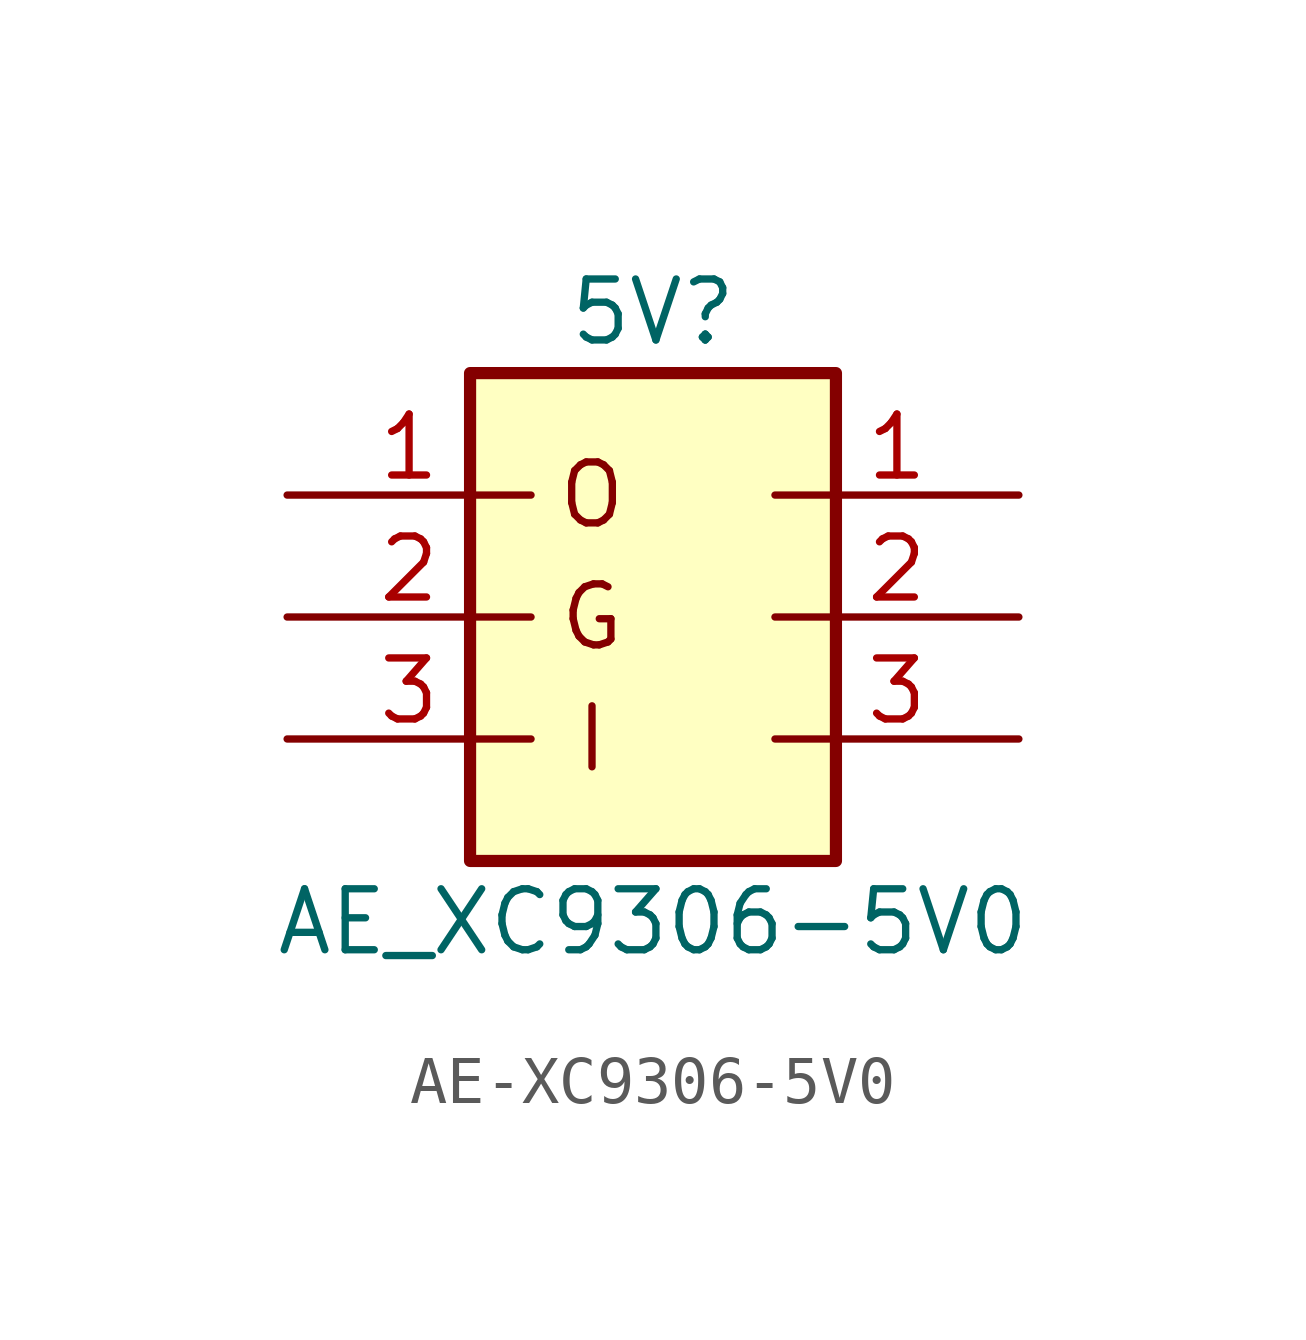
<source format=kicad_sym>
(kicad_symbol_lib
  (version 20220914)
  (generator kicad_symbol_editor)
  (symbol "AE-XC9306-5V0"
    (pin_names
      (offset 0) hide)
    (property "Reference" "5V"
      (at 0 8.89 0)
      (effects (font (size 1.27 1.27))))
    (property "Value" "AE_XC9306-5V0"
      (at 0 -3.81 0)
      (effects (font (size 1.27 1.27))))
    (symbol "AE-XC9306-5V0_0_1"
      (rectangle (start -3.81 7.62) (end 3.81 -2.54) (stroke (width 0.254) (type default)) (fill (type background))))
    (symbol "AE-XC9306-5V0_1_1"
      (text "G" (at -1.27 2.54 0) (effects (font (size 1.27 1.27))))
      (text "I" (at -1.27 0 0) (effects (font (size 1.27 1.27))))
      (text "O" (at -1.27 5.08 0) (effects (font (size 1.27 1.27))))
      (pin power_out line (at 7.62 5.08 180) (length 5.08) (name "O" (effects (font (size 1.27 1.27)))) (number "1" (effects (font (size 1.27 1.27)))))
      (pin power_out line (at -7.62 5.08 0) (length 5.08) (name "~" (effects (font (size 1.27 1.27)))) (number "1" (effects (font (size 1.27 1.27)))))
      (pin passive line (at -7.62 2.54 0) (length 5.08) (name "G" (effects (font (size 1.27 1.27)))) (number "2" (effects (font (size 1.27 1.27)))))
      (pin passive line (at 7.62 2.54 180) (length 5.08) (name "G" (effects (font (size 1.27 1.27)))) (number "2" (effects (font (size 1.27 1.27)))))
      (pin power_in line (at 7.62 0 180) (length 5.08) (name "I" (effects (font (size 1.27 1.27)))) (number "3" (effects (font (size 1.27 1.27)))))
      (pin power_in line (at -7.62 0 0) (length 5.08) (name "~" (effects (font (size 1.27 1.27)))) (number "3" (effects (font (size 1.27 1.27))))))))
</source>
